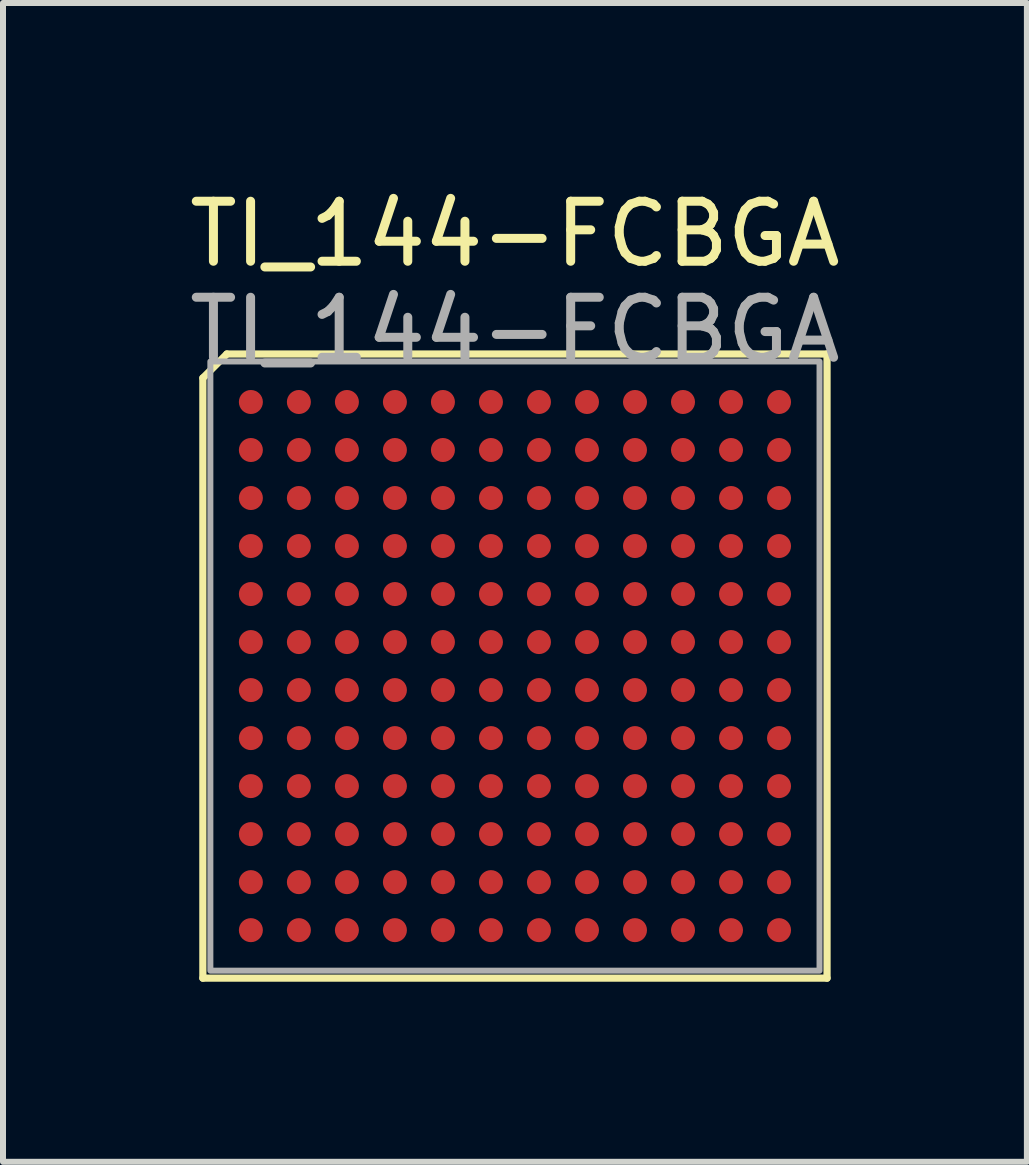
<source format=kicad_pcb>
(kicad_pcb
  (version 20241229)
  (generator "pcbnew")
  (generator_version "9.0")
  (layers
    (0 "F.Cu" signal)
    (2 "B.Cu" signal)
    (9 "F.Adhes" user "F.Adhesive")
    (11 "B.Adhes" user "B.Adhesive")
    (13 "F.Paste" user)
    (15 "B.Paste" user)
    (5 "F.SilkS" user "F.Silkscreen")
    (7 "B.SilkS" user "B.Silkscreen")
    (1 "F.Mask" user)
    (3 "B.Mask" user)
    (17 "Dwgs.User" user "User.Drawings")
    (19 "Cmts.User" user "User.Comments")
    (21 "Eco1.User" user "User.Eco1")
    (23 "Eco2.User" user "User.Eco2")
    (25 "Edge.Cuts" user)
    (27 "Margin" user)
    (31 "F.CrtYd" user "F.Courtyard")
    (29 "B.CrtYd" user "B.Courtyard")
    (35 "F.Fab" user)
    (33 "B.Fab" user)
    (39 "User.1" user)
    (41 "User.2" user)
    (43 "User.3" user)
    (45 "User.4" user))
  (footprint "TI_144-FCBGA"
    (layer "F.Cu")
    (at 5.53 8.048)
    (property "Reference" "TI_144-FCBGA" (at 0 -7.2 0) (unlocked yes) (layer "F.SilkS") (effects (font (size 1 1) (thickness 0.15))))
    (attr smd)
    (fp_line (start -5.2 -4.8) (end -4.8 -5.2) (stroke (width 0.12) (type solid)) (layer "F.SilkS"))
    (fp_line (start -5.2 5.2) (end -5.2 -4.8) (stroke (width 0.12) (type solid)) (layer "F.SilkS"))
    (fp_line (start -4.8 -5.2) (end 5.2 -5.2) (stroke (width 0.12) (type solid)) (layer "F.SilkS"))
    (fp_line (start 5.2 -5.2) (end 5.2 5.2) (stroke (width 0.12) (type solid)) (layer "F.SilkS"))
    (fp_line (start 5.2 5.2) (end -5.2 5.2) (stroke (width 0.12) (type solid)) (layer "F.SilkS"))
    (fp_rect (start -5.075 -5.075) (end 5.075 5.075) (stroke (width 0.1) (type solid)) (fill no) (layer "F.Fab"))
    (fp_text user "${REFERENCE}" (at 0 -5.6 0) (unlocked yes) (layer "F.Fab") (effects (font (size 1 1) (thickness 0.15))))
    (pad "A1" smd circle (at -4.4 -4.4) (size 0.4 0.4) (layers "F.Cu" "F.Mask" "F.Paste"))
    (pad "A2" smd circle (at -3.6 -4.4) (size 0.4 0.4) (layers "F.Cu" "F.Mask" "F.Paste"))
    (pad "A3" smd circle (at -2.8 -4.4) (size 0.4 0.4) (layers "F.Cu" "F.Mask" "F.Paste"))
    (pad "A4" smd circle (at -2 -4.4) (size 0.4 0.4) (layers "F.Cu" "F.Mask" "F.Paste"))
    (pad "A5" smd circle (at -1.2 -4.4) (size 0.4 0.4) (layers "F.Cu" "F.Mask" "F.Paste"))
    (pad "A6" smd circle (at -0.4 -4.4) (size 0.4 0.4) (layers "F.Cu" "F.Mask" "F.Paste"))
    (pad "A7" smd circle (at 0.4 -4.4) (size 0.4 0.4) (layers "F.Cu" "F.Mask" "F.Paste"))
    (pad "A8" smd circle (at 1.2 -4.4) (size 0.4 0.4) (layers "F.Cu" "F.Mask" "F.Paste"))
    (pad "A9" smd circle (at 2 -4.4) (size 0.4 0.4) (layers "F.Cu" "F.Mask" "F.Paste"))
    (pad "A10" smd circle (at 2.8 -4.4) (size 0.4 0.4) (layers "F.Cu" "F.Mask" "F.Paste"))
    (pad "A11" smd circle (at 3.6 -4.4) (size 0.4 0.4) (layers "F.Cu" "F.Mask" "F.Paste"))
    (pad "A12" smd circle (at 4.4 -4.4) (size 0.4 0.4) (layers "F.Cu" "F.Mask" "F.Paste"))
    (pad "B1" smd circle (at -4.4 -3.6) (size 0.4 0.4) (layers "F.Cu" "F.Mask" "F.Paste"))
    (pad "B2" smd circle (at -3.6 -3.6) (size 0.4 0.4) (layers "F.Cu" "F.Mask" "F.Paste"))
    (pad "B3" smd circle (at -2.8 -3.6) (size 0.4 0.4) (layers "F.Cu" "F.Mask" "F.Paste"))
    (pad "B4" smd circle (at -2 -3.6) (size 0.4 0.4) (layers "F.Cu" "F.Mask" "F.Paste"))
    (pad "B5" smd circle (at -1.2 -3.6) (size 0.4 0.4) (layers "F.Cu" "F.Mask" "F.Paste"))
    (pad "B6" smd circle (at -0.4 -3.6) (size 0.4 0.4) (layers "F.Cu" "F.Mask" "F.Paste"))
    (pad "B7" smd circle (at 0.4 -3.6) (size 0.4 0.4) (layers "F.Cu" "F.Mask" "F.Paste"))
    (pad "B8" smd circle (at 1.2 -3.6) (size 0.4 0.4) (layers "F.Cu" "F.Mask" "F.Paste"))
    (pad "B9" smd circle (at 2 -3.6) (size 0.4 0.4) (layers "F.Cu" "F.Mask" "F.Paste"))
    (pad "B10" smd circle (at 2.8 -3.6) (size 0.4 0.4) (layers "F.Cu" "F.Mask" "F.Paste"))
    (pad "B11" smd circle (at 3.6 -3.6) (size 0.4 0.4) (layers "F.Cu" "F.Mask" "F.Paste"))
    (pad "B12" smd circle (at 4.4 -3.6) (size 0.4 0.4) (layers "F.Cu" "F.Mask" "F.Paste"))
    (pad "C1" smd circle (at -4.4 -2.8) (size 0.4 0.4) (layers "F.Cu" "F.Mask" "F.Paste"))
    (pad "C2" smd circle (at -3.6 -2.8) (size 0.4 0.4) (layers "F.Cu" "F.Mask" "F.Paste"))
    (pad "C3" smd circle (at -2.8 -2.8) (size 0.4 0.4) (layers "F.Cu" "F.Mask" "F.Paste"))
    (pad "C4" smd circle (at -2 -2.8) (size 0.4 0.4) (layers "F.Cu" "F.Mask" "F.Paste"))
    (pad "C5" smd circle (at -1.2 -2.8) (size 0.4 0.4) (layers "F.Cu" "F.Mask" "F.Paste"))
    (pad "C6" smd circle (at -0.4 -2.8) (size 0.4 0.4) (layers "F.Cu" "F.Mask" "F.Paste"))
    (pad "C7" smd circle (at 0.4 -2.8) (size 0.4 0.4) (layers "F.Cu" "F.Mask" "F.Paste"))
    (pad "C8" smd circle (at 1.2 -2.8) (size 0.4 0.4) (layers "F.Cu" "F.Mask" "F.Paste"))
    (pad "C9" smd circle (at 2 -2.8) (size 0.4 0.4) (layers "F.Cu" "F.Mask" "F.Paste"))
    (pad "C10" smd circle (at 2.8 -2.8) (size 0.4 0.4) (layers "F.Cu" "F.Mask" "F.Paste"))
    (pad "C11" smd circle (at 3.6 -2.8) (size 0.4 0.4) (layers "F.Cu" "F.Mask" "F.Paste"))
    (pad "C12" smd circle (at 4.4 -2.8) (size 0.4 0.4) (layers "F.Cu" "F.Mask" "F.Paste"))
    (pad "D1" smd circle (at -4.4 -2) (size 0.4 0.4) (layers "F.Cu" "F.Mask" "F.Paste"))
    (pad "D2" smd circle (at -3.6 -2) (size 0.4 0.4) (layers "F.Cu" "F.Mask" "F.Paste"))
    (pad "D3" smd circle (at -2.8 -2) (size 0.4 0.4) (layers "F.Cu" "F.Mask" "F.Paste"))
    (pad "D4" smd circle (at -2 -2) (size 0.4 0.4) (layers "F.Cu" "F.Mask" "F.Paste"))
    (pad "D5" smd circle (at -1.2 -2) (size 0.4 0.4) (layers "F.Cu" "F.Mask" "F.Paste"))
    (pad "D6" smd circle (at -0.4 -2) (size 0.4 0.4) (layers "F.Cu" "F.Mask" "F.Paste"))
    (pad "D7" smd circle (at 0.4 -2) (size 0.4 0.4) (layers "F.Cu" "F.Mask" "F.Paste"))
    (pad "D8" smd circle (at 1.2 -2) (size 0.4 0.4) (layers "F.Cu" "F.Mask" "F.Paste"))
    (pad "D9" smd circle (at 2 -2) (size 0.4 0.4) (layers "F.Cu" "F.Mask" "F.Paste"))
    (pad "D10" smd circle (at 2.8 -2) (size 0.4 0.4) (layers "F.Cu" "F.Mask" "F.Paste"))
    (pad "D11" smd circle (at 3.6 -2) (size 0.4 0.4) (layers "F.Cu" "F.Mask" "F.Paste"))
    (pad "D12" smd circle (at 4.4 -2) (size 0.4 0.4) (layers "F.Cu" "F.Mask" "F.Paste"))
    (pad "E1" smd circle (at -4.4 -1.2) (size 0.4 0.4) (layers "F.Cu" "F.Mask" "F.Paste"))
    (pad "E2" smd circle (at -3.6 -1.2) (size 0.4 0.4) (layers "F.Cu" "F.Mask" "F.Paste"))
    (pad "E3" smd circle (at -2.8 -1.2) (size 0.4 0.4) (layers "F.Cu" "F.Mask" "F.Paste"))
    (pad "E4" smd circle (at -2 -1.2) (size 0.4 0.4) (layers "F.Cu" "F.Mask" "F.Paste"))
    (pad "E5" smd circle (at -1.2 -1.2) (size 0.4 0.4) (layers "F.Cu" "F.Mask" "F.Paste"))
    (pad "E6" smd circle (at -0.4 -1.2) (size 0.4 0.4) (layers "F.Cu" "F.Mask" "F.Paste"))
    (pad "E7" smd circle (at 0.4 -1.2) (size 0.4 0.4) (layers "F.Cu" "F.Mask" "F.Paste"))
    (pad "E8" smd circle (at 1.2 -1.2) (size 0.4 0.4) (layers "F.Cu" "F.Mask" "F.Paste"))
    (pad "E9" smd circle (at 2 -1.2) (size 0.4 0.4) (layers "F.Cu" "F.Mask" "F.Paste"))
    (pad "E10" smd circle (at 2.8 -1.2) (size 0.4 0.4) (layers "F.Cu" "F.Mask" "F.Paste"))
    (pad "E11" smd circle (at 3.6 -1.2) (size 0.4 0.4) (layers "F.Cu" "F.Mask" "F.Paste"))
    (pad "E12" smd circle (at 4.4 -1.2) (size 0.4 0.4) (layers "F.Cu" "F.Mask" "F.Paste"))
    (pad "F1" smd circle (at -4.4 -0.4) (size 0.4 0.4) (layers "F.Cu" "F.Mask" "F.Paste"))
    (pad "F2" smd circle (at -3.6 -0.4) (size 0.4 0.4) (layers "F.Cu" "F.Mask" "F.Paste"))
    (pad "F3" smd circle (at -2.8 -0.4) (size 0.4 0.4) (layers "F.Cu" "F.Mask" "F.Paste"))
    (pad "F4" smd circle (at -2 -0.4) (size 0.4 0.4) (layers "F.Cu" "F.Mask" "F.Paste"))
    (pad "F5" smd circle (at -1.2 -0.4) (size 0.4 0.4) (layers "F.Cu" "F.Mask" "F.Paste"))
    (pad "F6" smd circle (at -0.4 -0.4) (size 0.4 0.4) (layers "F.Cu" "F.Mask" "F.Paste"))
    (pad "F7" smd circle (at 0.4 -0.4) (size 0.4 0.4) (layers "F.Cu" "F.Mask" "F.Paste"))
    (pad "F8" smd circle (at 1.2 -0.4) (size 0.4 0.4) (layers "F.Cu" "F.Mask" "F.Paste"))
    (pad "F9" smd circle (at 2 -0.4) (size 0.4 0.4) (layers "F.Cu" "F.Mask" "F.Paste"))
    (pad "F10" smd circle (at 2.8 -0.4) (size 0.4 0.4) (layers "F.Cu" "F.Mask" "F.Paste"))
    (pad "F11" smd circle (at 3.6 -0.4) (size 0.4 0.4) (layers "F.Cu" "F.Mask" "F.Paste"))
    (pad "F12" smd circle (at 4.4 -0.4) (size 0.4 0.4) (layers "F.Cu" "F.Mask" "F.Paste"))
    (pad "G1" smd circle (at -4.4 0.4) (size 0.4 0.4) (layers "F.Cu" "F.Mask" "F.Paste"))
    (pad "G2" smd circle (at -3.6 0.4) (size 0.4 0.4) (layers "F.Cu" "F.Mask" "F.Paste"))
    (pad "G3" smd circle (at -2.8 0.4) (size 0.4 0.4) (layers "F.Cu" "F.Mask" "F.Paste"))
    (pad "G4" smd circle (at -2 0.4) (size 0.4 0.4) (layers "F.Cu" "F.Mask" "F.Paste"))
    (pad "G5" smd circle (at -1.2 0.4) (size 0.4 0.4) (layers "F.Cu" "F.Mask" "F.Paste"))
    (pad "G6" smd circle (at -0.4 0.4) (size 0.4 0.4) (layers "F.Cu" "F.Mask" "F.Paste"))
    (pad "G7" smd circle (at 0.4 0.4) (size 0.4 0.4) (layers "F.Cu" "F.Mask" "F.Paste"))
    (pad "G8" smd circle (at 1.2 0.4) (size 0.4 0.4) (layers "F.Cu" "F.Mask" "F.Paste"))
    (pad "G9" smd circle (at 2 0.4) (size 0.4 0.4) (layers "F.Cu" "F.Mask" "F.Paste"))
    (pad "G10" smd circle (at 2.8 0.4) (size 0.4 0.4) (layers "F.Cu" "F.Mask" "F.Paste"))
    (pad "G11" smd circle (at 3.6 0.4) (size 0.4 0.4) (layers "F.Cu" "F.Mask" "F.Paste"))
    (pad "G12" smd circle (at 4.4 0.4) (size 0.4 0.4) (layers "F.Cu" "F.Mask" "F.Paste"))
    (pad "H1" smd circle (at -4.4 1.2) (size 0.4 0.4) (layers "F.Cu" "F.Mask" "F.Paste"))
    (pad "H2" smd circle (at -3.6 1.2) (size 0.4 0.4) (layers "F.Cu" "F.Mask" "F.Paste"))
    (pad "H3" smd circle (at -2.8 1.2) (size 0.4 0.4) (layers "F.Cu" "F.Mask" "F.Paste"))
    (pad "H4" smd circle (at -2 1.2) (size 0.4 0.4) (layers "F.Cu" "F.Mask" "F.Paste"))
    (pad "H5" smd circle (at -1.2 1.2) (size 0.4 0.4) (layers "F.Cu" "F.Mask" "F.Paste"))
    (pad "H6" smd circle (at -0.4 1.2) (size 0.4 0.4) (layers "F.Cu" "F.Mask" "F.Paste"))
    (pad "H7" smd circle (at 0.4 1.2) (size 0.4 0.4) (layers "F.Cu" "F.Mask" "F.Paste"))
    (pad "H8" smd circle (at 1.2 1.2) (size 0.4 0.4) (layers "F.Cu" "F.Mask" "F.Paste"))
    (pad "H9" smd circle (at 2 1.2) (size 0.4 0.4) (layers "F.Cu" "F.Mask" "F.Paste"))
    (pad "H10" smd circle (at 2.8 1.2) (size 0.4 0.4) (layers "F.Cu" "F.Mask" "F.Paste"))
    (pad "H11" smd circle (at 3.6 1.2) (size 0.4 0.4) (layers "F.Cu" "F.Mask" "F.Paste"))
    (pad "H12" smd circle (at 4.4 1.2) (size 0.4 0.4) (layers "F.Cu" "F.Mask" "F.Paste"))
    (pad "J1" smd circle (at -4.4 2) (size 0.4 0.4) (layers "F.Cu" "F.Mask" "F.Paste"))
    (pad "J2" smd circle (at -3.6 2) (size 0.4 0.4) (layers "F.Cu" "F.Mask" "F.Paste"))
    (pad "J3" smd circle (at -2.8 2) (size 0.4 0.4) (layers "F.Cu" "F.Mask" "F.Paste"))
    (pad "J4" smd circle (at -2 2) (size 0.4 0.4) (layers "F.Cu" "F.Mask" "F.Paste"))
    (pad "J5" smd circle (at -1.2 2) (size 0.4 0.4) (layers "F.Cu" "F.Mask" "F.Paste"))
    (pad "J6" smd circle (at -0.4 2) (size 0.4 0.4) (layers "F.Cu" "F.Mask" "F.Paste"))
    (pad "J7" smd circle (at 0.4 2) (size 0.4 0.4) (layers "F.Cu" "F.Mask" "F.Paste"))
    (pad "J8" smd circle (at 1.2 2) (size 0.4 0.4) (layers "F.Cu" "F.Mask" "F.Paste"))
    (pad "J9" smd circle (at 2 2) (size 0.4 0.4) (layers "F.Cu" "F.Mask" "F.Paste"))
    (pad "J10" smd circle (at 2.8 2) (size 0.4 0.4) (layers "F.Cu" "F.Mask" "F.Paste"))
    (pad "J11" smd circle (at 3.6 2) (size 0.4 0.4) (layers "F.Cu" "F.Mask" "F.Paste"))
    (pad "J12" smd circle (at 4.4 2) (size 0.4 0.4) (layers "F.Cu" "F.Mask" "F.Paste"))
    (pad "K1" smd circle (at -4.4 2.8) (size 0.4 0.4) (layers "F.Cu" "F.Mask" "F.Paste"))
    (pad "K2" smd circle (at -3.6 2.8) (size 0.4 0.4) (layers "F.Cu" "F.Mask" "F.Paste"))
    (pad "K3" smd circle (at -2.8 2.8) (size 0.4 0.4) (layers "F.Cu" "F.Mask" "F.Paste"))
    (pad "K4" smd circle (at -2 2.8) (size 0.4 0.4) (layers "F.Cu" "F.Mask" "F.Paste"))
    (pad "K5" smd circle (at -1.2 2.8) (size 0.4 0.4) (layers "F.Cu" "F.Mask" "F.Paste"))
    (pad "K6" smd circle (at -0.4 2.8) (size 0.4 0.4) (layers "F.Cu" "F.Mask" "F.Paste"))
    (pad "K7" smd circle (at 0.4 2.8) (size 0.4 0.4) (layers "F.Cu" "F.Mask" "F.Paste"))
    (pad "K8" smd circle (at 1.2 2.8) (size 0.4 0.4) (layers "F.Cu" "F.Mask" "F.Paste"))
    (pad "K9" smd circle (at 2 2.8) (size 0.4 0.4) (layers "F.Cu" "F.Mask" "F.Paste"))
    (pad "K10" smd circle (at 2.8 2.8) (size 0.4 0.4) (layers "F.Cu" "F.Mask" "F.Paste"))
    (pad "K11" smd circle (at 3.6 2.8) (size 0.4 0.4) (layers "F.Cu" "F.Mask" "F.Paste"))
    (pad "K12" smd circle (at 4.4 2.8) (size 0.4 0.4) (layers "F.Cu" "F.Mask" "F.Paste"))
    (pad "L1" smd circle (at -4.4 3.6) (size 0.4 0.4) (layers "F.Cu" "F.Mask" "F.Paste"))
    (pad "L2" smd circle (at -3.6 3.6) (size 0.4 0.4) (layers "F.Cu" "F.Mask" "F.Paste"))
    (pad "L3" smd circle (at -2.8 3.6) (size 0.4 0.4) (layers "F.Cu" "F.Mask" "F.Paste"))
    (pad "L4" smd circle (at -2 3.6) (size 0.4 0.4) (layers "F.Cu" "F.Mask" "F.Paste"))
    (pad "L5" smd circle (at -1.2 3.6) (size 0.4 0.4) (layers "F.Cu" "F.Mask" "F.Paste"))
    (pad "L6" smd circle (at -0.4 3.6) (size 0.4 0.4) (layers "F.Cu" "F.Mask" "F.Paste"))
    (pad "L7" smd circle (at 0.4 3.6) (size 0.4 0.4) (layers "F.Cu" "F.Mask" "F.Paste"))
    (pad "L8" smd circle (at 1.2 3.6) (size 0.4 0.4) (layers "F.Cu" "F.Mask" "F.Paste"))
    (pad "L9" smd circle (at 2 3.6) (size 0.4 0.4) (layers "F.Cu" "F.Mask" "F.Paste"))
    (pad "L10" smd circle (at 2.8 3.6) (size 0.4 0.4) (layers "F.Cu" "F.Mask" "F.Paste"))
    (pad "L11" smd circle (at 3.6 3.6) (size 0.4 0.4) (layers "F.Cu" "F.Mask" "F.Paste"))
    (pad "L12" smd circle (at 4.4 3.6) (size 0.4 0.4) (layers "F.Cu" "F.Mask" "F.Paste"))
    (pad "M1" smd circle (at -4.4 4.4) (size 0.4 0.4) (layers "F.Cu" "F.Mask" "F.Paste"))
    (pad "M2" smd circle (at -3.6 4.4) (size 0.4 0.4) (layers "F.Cu" "F.Mask" "F.Paste"))
    (pad "M3" smd circle (at -2.8 4.4) (size 0.4 0.4) (layers "F.Cu" "F.Mask" "F.Paste"))
    (pad "M4" smd circle (at -2 4.4) (size 0.4 0.4) (layers "F.Cu" "F.Mask" "F.Paste"))
    (pad "M5" smd circle (at -1.2 4.4) (size 0.4 0.4) (layers "F.Cu" "F.Mask" "F.Paste"))
    (pad "M6" smd circle (at -0.4 4.4) (size 0.4 0.4) (layers "F.Cu" "F.Mask" "F.Paste"))
    (pad "M7" smd circle (at 0.4 4.4) (size 0.4 0.4) (layers "F.Cu" "F.Mask" "F.Paste"))
    (pad "M8" smd circle (at 1.2 4.4) (size 0.4 0.4) (layers "F.Cu" "F.Mask" "F.Paste"))
    (pad "M9" smd circle (at 2 4.4) (size 0.4 0.4) (layers "F.Cu" "F.Mask" "F.Paste"))
    (pad "M10" smd circle (at 2.8 4.4) (size 0.4 0.4) (layers "F.Cu" "F.Mask" "F.Paste"))
    (pad "M11" smd circle (at 3.6 4.4) (size 0.4 0.4) (layers "F.Cu" "F.Mask" "F.Paste"))
    (pad "M12" smd circle (at 4.4 4.4) (size 0.4 0.4) (layers "F.Cu" "F.Mask" "F.Paste")))
  (gr_rect
    (start -3 -3)
    (end 14.06 16.308)
    (stroke (width 0.1) (type default))
    (fill no)
    (layer "Edge.Cuts")))
</source>
